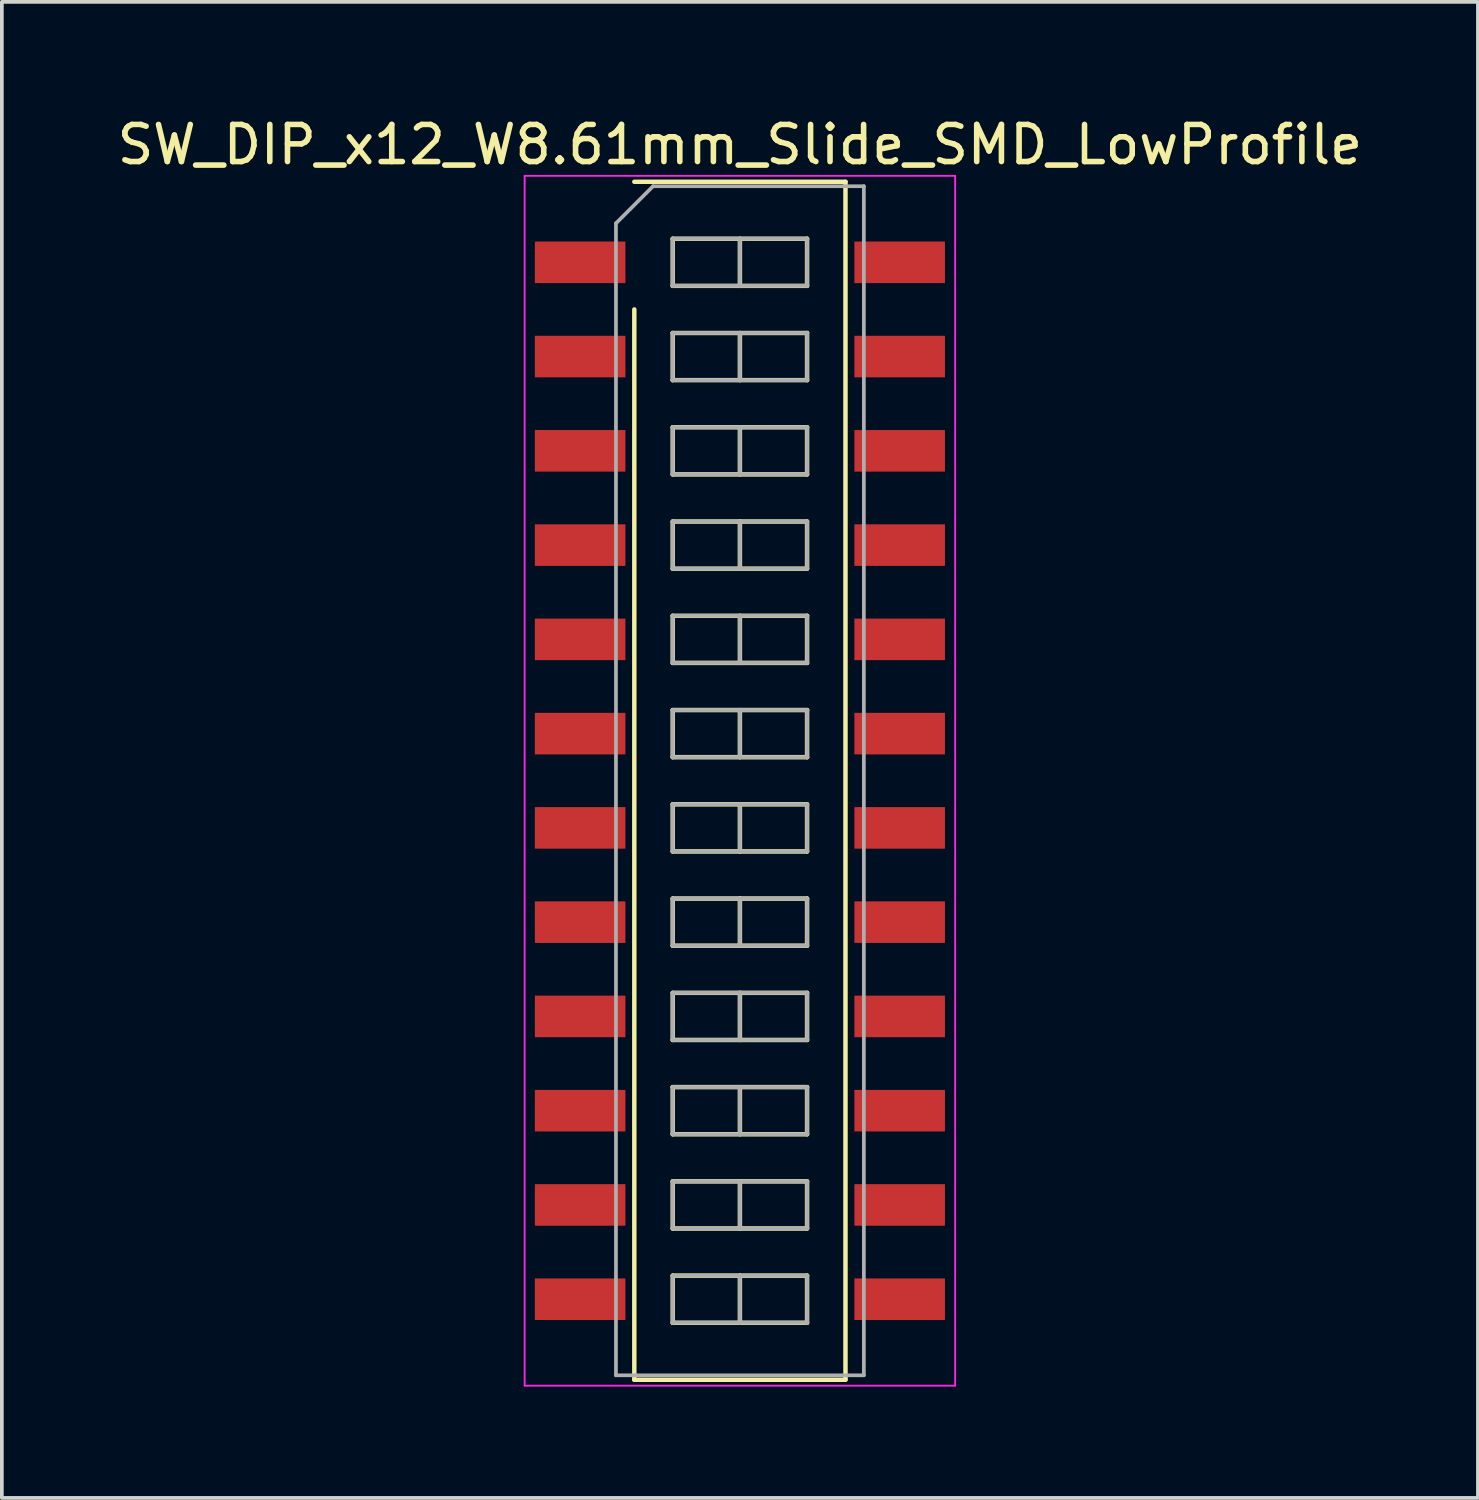
<source format=kicad_pcb>
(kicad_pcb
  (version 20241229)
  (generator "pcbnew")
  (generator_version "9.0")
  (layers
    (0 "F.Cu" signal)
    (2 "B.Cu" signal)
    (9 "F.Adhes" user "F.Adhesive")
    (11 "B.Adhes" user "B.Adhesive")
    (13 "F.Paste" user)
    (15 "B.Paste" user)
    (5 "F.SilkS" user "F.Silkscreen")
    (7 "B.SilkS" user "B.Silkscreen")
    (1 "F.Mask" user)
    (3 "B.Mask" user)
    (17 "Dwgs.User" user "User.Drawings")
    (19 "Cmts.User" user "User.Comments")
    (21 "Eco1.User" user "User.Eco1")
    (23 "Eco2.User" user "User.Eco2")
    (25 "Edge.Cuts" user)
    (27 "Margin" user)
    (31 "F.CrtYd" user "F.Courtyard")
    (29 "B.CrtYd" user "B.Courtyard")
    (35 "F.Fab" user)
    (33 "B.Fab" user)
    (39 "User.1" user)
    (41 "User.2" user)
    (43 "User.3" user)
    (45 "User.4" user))
  (footprint "SW_DIP_x12_W8.61mm_Slide_SMD_LowProfile"
    (layer "F.Cu")
    (at 16.887 17.988)
    (property "Reference" "SW_DIP_x12_W8.61mm_Slide_SMD_LowProfile" (at 0 -17.14 0) (layer "F.SilkS") (effects (font (size 1 1) (thickness 0.15))))
    (attr smd)
    (fp_line (start -2.845 -16.14) (end 2.845 -16.14) (stroke (width 0.12) (type solid)) (layer "F.SilkS"))
    (fp_line (start -2.845 16.14) (end -2.845 -12.7) (stroke (width 0.12) (type solid)) (layer "F.SilkS"))
    (fp_line (start -1.81 -14.605) (end -1.81 -13.335) (stroke (width 0.12) (type solid)) (layer "F.SilkS"))
    (fp_line (start -1.81 -13.335) (end 1.81 -13.335) (stroke (width 0.12) (type solid)) (layer "F.SilkS"))
    (fp_line (start -1.81 -12.065) (end -1.81 -10.795) (stroke (width 0.12) (type solid)) (layer "F.SilkS"))
    (fp_line (start -1.81 -10.795) (end 1.81 -10.795) (stroke (width 0.12) (type solid)) (layer "F.SilkS"))
    (fp_line (start -1.81 -9.525) (end -1.81 -8.255) (stroke (width 0.12) (type solid)) (layer "F.SilkS"))
    (fp_line (start -1.81 -8.255) (end 1.81 -8.255) (stroke (width 0.12) (type solid)) (layer "F.SilkS"))
    (fp_line (start -1.81 -6.985) (end -1.81 -5.715) (stroke (width 0.12) (type solid)) (layer "F.SilkS"))
    (fp_line (start -1.81 -5.715) (end 1.81 -5.715) (stroke (width 0.12) (type solid)) (layer "F.SilkS"))
    (fp_line (start -1.81 -4.445) (end -1.81 -3.175) (stroke (width 0.12) (type solid)) (layer "F.SilkS"))
    (fp_line (start -1.81 -3.175) (end 1.81 -3.175) (stroke (width 0.12) (type solid)) (layer "F.SilkS"))
    (fp_line (start -1.81 -1.905) (end -1.81 -0.635) (stroke (width 0.12) (type solid)) (layer "F.SilkS"))
    (fp_line (start -1.81 -0.635) (end 1.81 -0.635) (stroke (width 0.12) (type solid)) (layer "F.SilkS"))
    (fp_line (start -1.81 0.635) (end -1.81 1.905) (stroke (width 0.12) (type solid)) (layer "F.SilkS"))
    (fp_line (start -1.81 1.905) (end 1.81 1.905) (stroke (width 0.12) (type solid)) (layer "F.SilkS"))
    (fp_line (start -1.81 3.175) (end -1.81 4.445) (stroke (width 0.12) (type solid)) (layer "F.SilkS"))
    (fp_line (start -1.81 4.445) (end 1.81 4.445) (stroke (width 0.12) (type solid)) (layer "F.SilkS"))
    (fp_line (start -1.81 5.715) (end -1.81 6.985) (stroke (width 0.12) (type solid)) (layer "F.SilkS"))
    (fp_line (start -1.81 6.985) (end 1.81 6.985) (stroke (width 0.12) (type solid)) (layer "F.SilkS"))
    (fp_line (start -1.81 8.255) (end -1.81 9.525) (stroke (width 0.12) (type solid)) (layer "F.SilkS"))
    (fp_line (start -1.81 9.525) (end 1.81 9.525) (stroke (width 0.12) (type solid)) (layer "F.SilkS"))
    (fp_line (start -1.81 10.795) (end -1.81 12.065) (stroke (width 0.12) (type solid)) (layer "F.SilkS"))
    (fp_line (start -1.81 12.065) (end 1.81 12.065) (stroke (width 0.12) (type solid)) (layer "F.SilkS"))
    (fp_line (start -1.81 13.335) (end -1.81 14.605) (stroke (width 0.12) (type solid)) (layer "F.SilkS"))
    (fp_line (start -1.81 14.605) (end 1.81 14.605) (stroke (width 0.12) (type solid)) (layer "F.SilkS"))
    (fp_line (start 0 -14.605) (end 0 -13.335) (stroke (width 0.12) (type solid)) (layer "F.SilkS"))
    (fp_line (start 0 -12.065) (end 0 -10.795) (stroke (width 0.12) (type solid)) (layer "F.SilkS"))
    (fp_line (start 0 -9.525) (end 0 -8.255) (stroke (width 0.12) (type solid)) (layer "F.SilkS"))
    (fp_line (start 0 -6.985) (end 0 -5.715) (stroke (width 0.12) (type solid)) (layer "F.SilkS"))
    (fp_line (start 0 -4.445) (end 0 -3.175) (stroke (width 0.12) (type solid)) (layer "F.SilkS"))
    (fp_line (start 0 -1.905) (end 0 -0.635) (stroke (width 0.12) (type solid)) (layer "F.SilkS"))
    (fp_line (start 0 0.635) (end 0 1.905) (stroke (width 0.12) (type solid)) (layer "F.SilkS"))
    (fp_line (start 0 3.175) (end 0 4.445) (stroke (width 0.12) (type solid)) (layer "F.SilkS"))
    (fp_line (start 0 5.715) (end 0 6.985) (stroke (width 0.12) (type solid)) (layer "F.SilkS"))
    (fp_line (start 0 8.255) (end 0 9.525) (stroke (width 0.12) (type solid)) (layer "F.SilkS"))
    (fp_line (start 0 10.795) (end 0 12.065) (stroke (width 0.12) (type solid)) (layer "F.SilkS"))
    (fp_line (start 0 13.335) (end 0 14.605) (stroke (width 0.12) (type solid)) (layer "F.SilkS"))
    (fp_line (start 1.81 -14.605) (end -1.81 -14.605) (stroke (width 0.12) (type solid)) (layer "F.SilkS"))
    (fp_line (start 1.81 -13.335) (end 1.81 -14.605) (stroke (width 0.12) (type solid)) (layer "F.SilkS"))
    (fp_line (start 1.81 -12.065) (end -1.81 -12.065) (stroke (width 0.12) (type solid)) (layer "F.SilkS"))
    (fp_line (start 1.81 -10.795) (end 1.81 -12.065) (stroke (width 0.12) (type solid)) (layer "F.SilkS"))
    (fp_line (start 1.81 -9.525) (end -1.81 -9.525) (stroke (width 0.12) (type solid)) (layer "F.SilkS"))
    (fp_line (start 1.81 -8.255) (end 1.81 -9.525) (stroke (width 0.12) (type solid)) (layer "F.SilkS"))
    (fp_line (start 1.81 -6.985) (end -1.81 -6.985) (stroke (width 0.12) (type solid)) (layer "F.SilkS"))
    (fp_line (start 1.81 -5.715) (end 1.81 -6.985) (stroke (width 0.12) (type solid)) (layer "F.SilkS"))
    (fp_line (start 1.81 -4.445) (end -1.81 -4.445) (stroke (width 0.12) (type solid)) (layer "F.SilkS"))
    (fp_line (start 1.81 -3.175) (end 1.81 -4.445) (stroke (width 0.12) (type solid)) (layer "F.SilkS"))
    (fp_line (start 1.81 -1.905) (end -1.81 -1.905) (stroke (width 0.12) (type solid)) (layer "F.SilkS"))
    (fp_line (start 1.81 -0.635) (end 1.81 -1.905) (stroke (width 0.12) (type solid)) (layer "F.SilkS"))
    (fp_line (start 1.81 0.635) (end -1.81 0.635) (stroke (width 0.12) (type solid)) (layer "F.SilkS"))
    (fp_line (start 1.81 1.905) (end 1.81 0.635) (stroke (width 0.12) (type solid)) (layer "F.SilkS"))
    (fp_line (start 1.81 3.175) (end -1.81 3.175) (stroke (width 0.12) (type solid)) (layer "F.SilkS"))
    (fp_line (start 1.81 4.445) (end 1.81 3.175) (stroke (width 0.12) (type solid)) (layer "F.SilkS"))
    (fp_line (start 1.81 5.715) (end -1.81 5.715) (stroke (width 0.12) (type solid)) (layer "F.SilkS"))
    (fp_line (start 1.81 6.985) (end 1.81 5.715) (stroke (width 0.12) (type solid)) (layer "F.SilkS"))
    (fp_line (start 1.81 8.255) (end -1.81 8.255) (stroke (width 0.12) (type solid)) (layer "F.SilkS"))
    (fp_line (start 1.81 9.525) (end 1.81 8.255) (stroke (width 0.12) (type solid)) (layer "F.SilkS"))
    (fp_line (start 1.81 10.795) (end -1.81 10.795) (stroke (width 0.12) (type solid)) (layer "F.SilkS"))
    (fp_line (start 1.81 12.065) (end 1.81 10.795) (stroke (width 0.12) (type solid)) (layer "F.SilkS"))
    (fp_line (start 1.81 13.335) (end -1.81 13.335) (stroke (width 0.12) (type solid)) (layer "F.SilkS"))
    (fp_line (start 1.81 14.605) (end 1.81 13.335) (stroke (width 0.12) (type solid)) (layer "F.SilkS"))
    (fp_line (start 2.845 -16.14) (end 2.845 16.14) (stroke (width 0.12) (type solid)) (layer "F.SilkS"))
    (fp_line (start 2.845 16.14) (end -2.845 16.14) (stroke (width 0.12) (type solid)) (layer "F.SilkS"))
    (fp_line (start -5.8 -16.3) (end -5.8 16.3) (stroke (width 0.05) (type solid)) (layer "F.CrtYd"))
    (fp_line (start -5.8 16.3) (end 5.8 16.3) (stroke (width 0.05) (type solid)) (layer "F.CrtYd"))
    (fp_line (start 5.8 -16.3) (end -5.8 -16.3) (stroke (width 0.05) (type solid)) (layer "F.CrtYd"))
    (fp_line (start 5.8 16.3) (end 5.8 -16.3) (stroke (width 0.05) (type solid)) (layer "F.CrtYd"))
    (fp_line (start -3.34 -15.02) (end -2.34 -16.02) (stroke (width 0.1) (type solid)) (layer "F.Fab"))
    (fp_line (start -3.34 16.02) (end -3.34 -15.02) (stroke (width 0.1) (type solid)) (layer "F.Fab"))
    (fp_line (start -2.34 -16.02) (end 3.34 -16.02) (stroke (width 0.1) (type solid)) (layer "F.Fab"))
    (fp_line (start -1.81 -14.605) (end -1.81 -13.335) (stroke (width 0.1) (type solid)) (layer "F.Fab"))
    (fp_line (start -1.81 -13.335) (end 1.81 -13.335) (stroke (width 0.1) (type solid)) (layer "F.Fab"))
    (fp_line (start -1.81 -12.065) (end -1.81 -10.795) (stroke (width 0.1) (type solid)) (layer "F.Fab"))
    (fp_line (start -1.81 -10.795) (end 1.81 -10.795) (stroke (width 0.1) (type solid)) (layer "F.Fab"))
    (fp_line (start -1.81 -9.525) (end -1.81 -8.255) (stroke (width 0.1) (type solid)) (layer "F.Fab"))
    (fp_line (start -1.81 -8.255) (end 1.81 -8.255) (stroke (width 0.1) (type solid)) (layer "F.Fab"))
    (fp_line (start -1.81 -6.985) (end -1.81 -5.715) (stroke (width 0.1) (type solid)) (layer "F.Fab"))
    (fp_line (start -1.81 -5.715) (end 1.81 -5.715) (stroke (width 0.1) (type solid)) (layer "F.Fab"))
    (fp_line (start -1.81 -4.445) (end -1.81 -3.175) (stroke (width 0.1) (type solid)) (layer "F.Fab"))
    (fp_line (start -1.81 -3.175) (end 1.81 -3.175) (stroke (width 0.1) (type solid)) (layer "F.Fab"))
    (fp_line (start -1.81 -1.905) (end -1.81 -0.635) (stroke (width 0.1) (type solid)) (layer "F.Fab"))
    (fp_line (start -1.81 -0.635) (end 1.81 -0.635) (stroke (width 0.1) (type solid)) (layer "F.Fab"))
    (fp_line (start -1.81 0.635) (end -1.81 1.905) (stroke (width 0.1) (type solid)) (layer "F.Fab"))
    (fp_line (start -1.81 1.905) (end 1.81 1.905) (stroke (width 0.1) (type solid)) (layer "F.Fab"))
    (fp_line (start -1.81 3.175) (end -1.81 4.445) (stroke (width 0.1) (type solid)) (layer "F.Fab"))
    (fp_line (start -1.81 4.445) (end 1.81 4.445) (stroke (width 0.1) (type solid)) (layer "F.Fab"))
    (fp_line (start -1.81 5.715) (end -1.81 6.985) (stroke (width 0.1) (type solid)) (layer "F.Fab"))
    (fp_line (start -1.81 6.985) (end 1.81 6.985) (stroke (width 0.1) (type solid)) (layer "F.Fab"))
    (fp_line (start -1.81 8.255) (end -1.81 9.525) (stroke (width 0.1) (type solid)) (layer "F.Fab"))
    (fp_line (start -1.81 9.525) (end 1.81 9.525) (stroke (width 0.1) (type solid)) (layer "F.Fab"))
    (fp_line (start -1.81 10.795) (end -1.81 12.065) (stroke (width 0.1) (type solid)) (layer "F.Fab"))
    (fp_line (start -1.81 12.065) (end 1.81 12.065) (stroke (width 0.1) (type solid)) (layer "F.Fab"))
    (fp_line (start -1.81 13.335) (end -1.81 14.605) (stroke (width 0.1) (type solid)) (layer "F.Fab"))
    (fp_line (start -1.81 14.605) (end 1.81 14.605) (stroke (width 0.1) (type solid)) (layer "F.Fab"))
    (fp_line (start 0 -14.605) (end 0 -13.335) (stroke (width 0.1) (type solid)) (layer "F.Fab"))
    (fp_line (start 0 -12.065) (end 0 -10.795) (stroke (width 0.1) (type solid)) (layer "F.Fab"))
    (fp_line (start 0 -9.525) (end 0 -8.255) (stroke (width 0.1) (type solid)) (layer "F.Fab"))
    (fp_line (start 0 -6.985) (end 0 -5.715) (stroke (width 0.1) (type solid)) (layer "F.Fab"))
    (fp_line (start 0 -4.445) (end 0 -3.175) (stroke (width 0.1) (type solid)) (layer "F.Fab"))
    (fp_line (start 0 -1.905) (end 0 -0.635) (stroke (width 0.1) (type solid)) (layer "F.Fab"))
    (fp_line (start 0 0.635) (end 0 1.905) (stroke (width 0.1) (type solid)) (layer "F.Fab"))
    (fp_line (start 0 3.175) (end 0 4.445) (stroke (width 0.1) (type solid)) (layer "F.Fab"))
    (fp_line (start 0 5.715) (end 0 6.985) (stroke (width 0.1) (type solid)) (layer "F.Fab"))
    (fp_line (start 0 8.255) (end 0 9.525) (stroke (width 0.1) (type solid)) (layer "F.Fab"))
    (fp_line (start 0 10.795) (end 0 12.065) (stroke (width 0.1) (type solid)) (layer "F.Fab"))
    (fp_line (start 0 13.335) (end 0 14.605) (stroke (width 0.1) (type solid)) (layer "F.Fab"))
    (fp_line (start 1.81 -14.605) (end -1.81 -14.605) (stroke (width 0.1) (type solid)) (layer "F.Fab"))
    (fp_line (start 1.81 -13.335) (end 1.81 -14.605) (stroke (width 0.1) (type solid)) (layer "F.Fab"))
    (fp_line (start 1.81 -12.065) (end -1.81 -12.065) (stroke (width 0.1) (type solid)) (layer "F.Fab"))
    (fp_line (start 1.81 -10.795) (end 1.81 -12.065) (stroke (width 0.1) (type solid)) (layer "F.Fab"))
    (fp_line (start 1.81 -9.525) (end -1.81 -9.525) (stroke (width 0.1) (type solid)) (layer "F.Fab"))
    (fp_line (start 1.81 -8.255) (end 1.81 -9.525) (stroke (width 0.1) (type solid)) (layer "F.Fab"))
    (fp_line (start 1.81 -6.985) (end -1.81 -6.985) (stroke (width 0.1) (type solid)) (layer "F.Fab"))
    (fp_line (start 1.81 -5.715) (end 1.81 -6.985) (stroke (width 0.1) (type solid)) (layer "F.Fab"))
    (fp_line (start 1.81 -4.445) (end -1.81 -4.445) (stroke (width 0.1) (type solid)) (layer "F.Fab"))
    (fp_line (start 1.81 -3.175) (end 1.81 -4.445) (stroke (width 0.1) (type solid)) (layer "F.Fab"))
    (fp_line (start 1.81 -1.905) (end -1.81 -1.905) (stroke (width 0.1) (type solid)) (layer "F.Fab"))
    (fp_line (start 1.81 -0.635) (end 1.81 -1.905) (stroke (width 0.1) (type solid)) (layer "F.Fab"))
    (fp_line (start 1.81 0.635) (end -1.81 0.635) (stroke (width 0.1) (type solid)) (layer "F.Fab"))
    (fp_line (start 1.81 1.905) (end 1.81 0.635) (stroke (width 0.1) (type solid)) (layer "F.Fab"))
    (fp_line (start 1.81 3.175) (end -1.81 3.175) (stroke (width 0.1) (type solid)) (layer "F.Fab"))
    (fp_line (start 1.81 4.445) (end 1.81 3.175) (stroke (width 0.1) (type solid)) (layer "F.Fab"))
    (fp_line (start 1.81 5.715) (end -1.81 5.715) (stroke (width 0.1) (type solid)) (layer "F.Fab"))
    (fp_line (start 1.81 6.985) (end 1.81 5.715) (stroke (width 0.1) (type solid)) (layer "F.Fab"))
    (fp_line (start 1.81 8.255) (end -1.81 8.255) (stroke (width 0.1) (type solid)) (layer "F.Fab"))
    (fp_line (start 1.81 9.525) (end 1.81 8.255) (stroke (width 0.1) (type solid)) (layer "F.Fab"))
    (fp_line (start 1.81 10.795) (end -1.81 10.795) (stroke (width 0.1) (type solid)) (layer "F.Fab"))
    (fp_line (start 1.81 12.065) (end 1.81 10.795) (stroke (width 0.1) (type solid)) (layer "F.Fab"))
    (fp_line (start 1.81 13.335) (end -1.81 13.335) (stroke (width 0.1) (type solid)) (layer "F.Fab"))
    (fp_line (start 1.81 14.605) (end 1.81 13.335) (stroke (width 0.1) (type solid)) (layer "F.Fab"))
    (fp_line (start 3.34 -16.02) (end 3.34 16.02) (stroke (width 0.1) (type solid)) (layer "F.Fab"))
    (fp_line (start 3.34 16.02) (end -3.34 16.02) (stroke (width 0.1) (type solid)) (layer "F.Fab"))
    (pad "1" smd rect (at -4.305 -13.97) (size 2.44 1.12) (layers "F.Cu" "F.Mask"))
    (pad "2" smd rect (at -4.305 -11.43) (size 2.44 1.12) (layers "F.Cu" "F.Mask"))
    (pad "3" smd rect (at -4.305 -8.89) (size 2.44 1.12) (layers "F.Cu" "F.Mask"))
    (pad "4" smd rect (at -4.305 -6.35) (size 2.44 1.12) (layers "F.Cu" "F.Mask"))
    (pad "5" smd rect (at -4.305 -3.81) (size 2.44 1.12) (layers "F.Cu" "F.Mask"))
    (pad "6" smd rect (at -4.305 -1.27) (size 2.44 1.12) (layers "F.Cu" "F.Mask"))
    (pad "7" smd rect (at -4.305 1.27) (size 2.44 1.12) (layers "F.Cu" "F.Mask"))
    (pad "8" smd rect (at -4.305 3.81) (size 2.44 1.12) (layers "F.Cu" "F.Mask"))
    (pad "9" smd rect (at -4.305 6.35) (size 2.44 1.12) (layers "F.Cu" "F.Mask"))
    (pad "10" smd rect (at -4.305 8.89) (size 2.44 1.12) (layers "F.Cu" "F.Mask"))
    (pad "11" smd rect (at -4.305 11.43) (size 2.44 1.12) (layers "F.Cu" "F.Mask"))
    (pad "12" smd rect (at -4.305 13.97) (size 2.44 1.12) (layers "F.Cu" "F.Mask"))
    (pad "13" smd rect (at 4.305 13.97) (size 2.44 1.12) (layers "F.Cu" "F.Mask"))
    (pad "14" smd rect (at 4.305 11.43) (size 2.44 1.12) (layers "F.Cu" "F.Mask"))
    (pad "15" smd rect (at 4.305 8.89) (size 2.44 1.12) (layers "F.Cu" "F.Mask"))
    (pad "16" smd rect (at 4.305 6.35) (size 2.44 1.12) (layers "F.Cu" "F.Mask"))
    (pad "17" smd rect (at 4.305 3.81) (size 2.44 1.12) (layers "F.Cu" "F.Mask"))
    (pad "18" smd rect (at 4.305 1.27) (size 2.44 1.12) (layers "F.Cu" "F.Mask"))
    (pad "19" smd rect (at 4.305 -1.27) (size 2.44 1.12) (layers "F.Cu" "F.Mask"))
    (pad "20" smd rect (at 4.305 -3.81) (size 2.44 1.12) (layers "F.Cu" "F.Mask"))
    (pad "21" smd rect (at 4.305 -6.35) (size 2.44 1.12) (layers "F.Cu" "F.Mask"))
    (pad "22" smd rect (at 4.305 -8.89) (size 2.44 1.12) (layers "F.Cu" "F.Mask"))
    (pad "23" smd rect (at 4.305 -11.43) (size 2.44 1.12) (layers "F.Cu" "F.Mask"))
    (pad "24" smd rect (at 4.305 -13.97) (size 2.44 1.12) (layers "F.Cu" "F.Mask")))
  (gr_rect
    (start -3 -3)
    (end 36.774 37.313)
    (stroke (width 0.1) (type default))
    (fill no)
    (layer "Edge.Cuts")))
</source>
